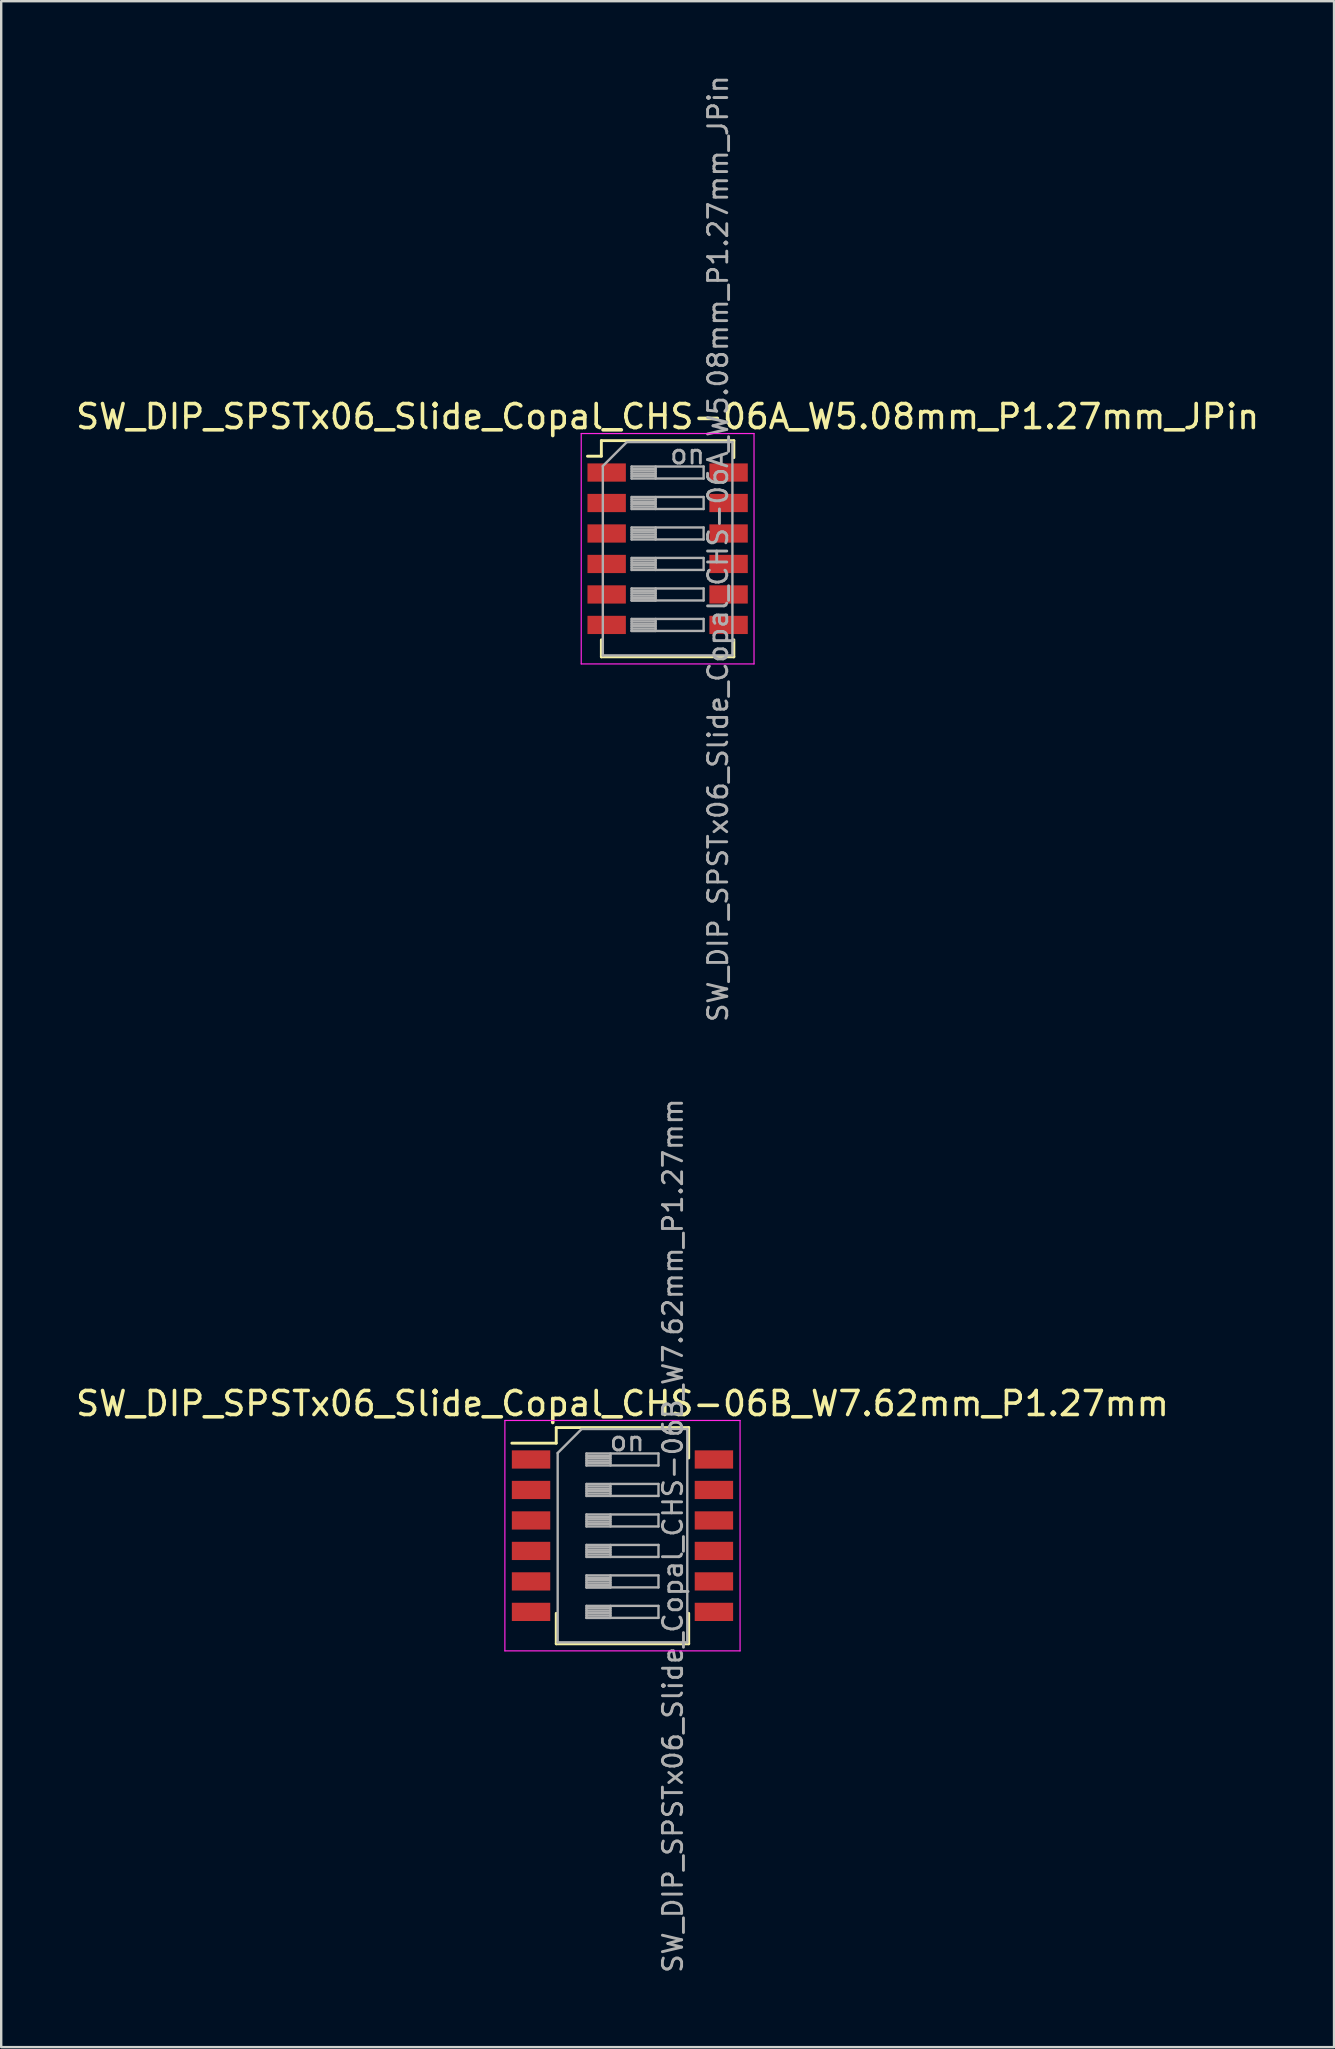
<source format=kicad_pcb>
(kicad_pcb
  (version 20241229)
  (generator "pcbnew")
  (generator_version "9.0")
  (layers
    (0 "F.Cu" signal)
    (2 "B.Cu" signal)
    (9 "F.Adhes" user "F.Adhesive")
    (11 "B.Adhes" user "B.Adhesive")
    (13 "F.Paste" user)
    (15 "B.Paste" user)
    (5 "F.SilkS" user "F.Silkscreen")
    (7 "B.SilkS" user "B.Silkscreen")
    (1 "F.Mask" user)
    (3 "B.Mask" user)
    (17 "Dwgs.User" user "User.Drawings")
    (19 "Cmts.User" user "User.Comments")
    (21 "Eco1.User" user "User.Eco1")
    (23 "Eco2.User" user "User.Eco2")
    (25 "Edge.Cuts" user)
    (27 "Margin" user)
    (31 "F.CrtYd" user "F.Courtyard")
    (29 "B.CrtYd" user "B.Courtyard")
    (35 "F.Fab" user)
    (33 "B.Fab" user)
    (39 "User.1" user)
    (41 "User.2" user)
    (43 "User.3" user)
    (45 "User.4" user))
  (footprint "SW_DIP_SPSTx06_Slide_Copal_CHS-06B_W7.62mm_P1.27mm"
    (layer "F.Cu")
    (at 22.887 60.938)
    (property "Reference" "SW_DIP_SPSTx06_Slide_Copal_CHS-06B_W7.62mm_P1.27mm" (at 0 -5.505 0) (layer "F.SilkS") (effects (font (size 1 1) (thickness 0.15))))
    (attr smd)
    (fp_line (start -4.61 -3.855) (end -2.76 -3.855) (stroke (width 0.12) (type solid)) (layer "F.SilkS"))
    (fp_line (start -2.76 -4.505) (end -2.76 -3.855) (stroke (width 0.12) (type solid)) (layer "F.SilkS"))
    (fp_line (start -2.76 -4.505) (end 2.76 -4.505) (stroke (width 0.12) (type solid)) (layer "F.SilkS"))
    (fp_line (start -2.76 3.235) (end -2.76 4.505) (stroke (width 0.12) (type solid)) (layer "F.SilkS"))
    (fp_line (start -2.76 4.505) (end 2.76 4.505) (stroke (width 0.12) (type solid)) (layer "F.SilkS"))
    (fp_line (start 2.76 -4.505) (end 2.76 -3.236) (stroke (width 0.12) (type solid)) (layer "F.SilkS"))
    (fp_line (start 2.76 3.235) (end 2.76 4.505) (stroke (width 0.12) (type solid)) (layer "F.SilkS"))
    (fp_line (start -4.9 -4.8) (end -4.9 4.8) (stroke (width 0.05) (type solid)) (layer "F.CrtYd"))
    (fp_line (start -4.9 4.8) (end 4.9 4.8) (stroke (width 0.05) (type solid)) (layer "F.CrtYd"))
    (fp_line (start 4.9 -4.8) (end -4.9 -4.8) (stroke (width 0.05) (type solid)) (layer "F.CrtYd"))
    (fp_line (start 4.9 4.8) (end 4.9 -4.8) (stroke (width 0.05) (type solid)) (layer "F.CrtYd"))
    (fp_line (start -2.7 -3.445) (end -1.7 -4.445) (stroke (width 0.1) (type solid)) (layer "F.Fab"))
    (fp_line (start -2.7 4.445) (end -2.7 -3.445) (stroke (width 0.1) (type solid)) (layer "F.Fab"))
    (fp_line (start -1.7 -4.445) (end 2.7 -4.445) (stroke (width 0.1) (type solid)) (layer "F.Fab"))
    (fp_line (start -1.5 -3.425) (end -1.5 -2.925) (stroke (width 0.1) (type solid)) (layer "F.Fab"))
    (fp_line (start -1.5 -3.325) (end -0.5 -3.325) (stroke (width 0.1) (type solid)) (layer "F.Fab"))
    (fp_line (start -1.5 -3.225) (end -0.5 -3.225) (stroke (width 0.1) (type solid)) (layer "F.Fab"))
    (fp_line (start -1.5 -3.125) (end -0.5 -3.125) (stroke (width 0.1) (type solid)) (layer "F.Fab"))
    (fp_line (start -1.5 -3.025) (end -0.5 -3.025) (stroke (width 0.1) (type solid)) (layer "F.Fab"))
    (fp_line (start -1.5 -2.925) (end 1.5 -2.925) (stroke (width 0.1) (type solid)) (layer "F.Fab"))
    (fp_line (start -1.5 -2.155) (end -1.5 -1.655) (stroke (width 0.1) (type solid)) (layer "F.Fab"))
    (fp_line (start -1.5 -2.055) (end -0.5 -2.055) (stroke (width 0.1) (type solid)) (layer "F.Fab"))
    (fp_line (start -1.5 -1.955) (end -0.5 -1.955) (stroke (width 0.1) (type solid)) (layer "F.Fab"))
    (fp_line (start -1.5 -1.855) (end -0.5 -1.855) (stroke (width 0.1) (type solid)) (layer "F.Fab"))
    (fp_line (start -1.5 -1.755) (end -0.5 -1.755) (stroke (width 0.1) (type solid)) (layer "F.Fab"))
    (fp_line (start -1.5 -1.655) (end 1.5 -1.655) (stroke (width 0.1) (type solid)) (layer "F.Fab"))
    (fp_line (start -1.5 -0.885) (end -1.5 -0.385) (stroke (width 0.1) (type solid)) (layer "F.Fab"))
    (fp_line (start -1.5 -0.785) (end -0.5 -0.785) (stroke (width 0.1) (type solid)) (layer "F.Fab"))
    (fp_line (start -1.5 -0.685) (end -0.5 -0.685) (stroke (width 0.1) (type solid)) (layer "F.Fab"))
    (fp_line (start -1.5 -0.585) (end -0.5 -0.585) (stroke (width 0.1) (type solid)) (layer "F.Fab"))
    (fp_line (start -1.5 -0.485) (end -0.5 -0.485) (stroke (width 0.1) (type solid)) (layer "F.Fab"))
    (fp_line (start -1.5 -0.385) (end 1.5 -0.385) (stroke (width 0.1) (type solid)) (layer "F.Fab"))
    (fp_line (start -1.5 0.385) (end -1.5 0.885) (stroke (width 0.1) (type solid)) (layer "F.Fab"))
    (fp_line (start -1.5 0.485) (end -0.5 0.485) (stroke (width 0.1) (type solid)) (layer "F.Fab"))
    (fp_line (start -1.5 0.585) (end -0.5 0.585) (stroke (width 0.1) (type solid)) (layer "F.Fab"))
    (fp_line (start -1.5 0.685) (end -0.5 0.685) (stroke (width 0.1) (type solid)) (layer "F.Fab"))
    (fp_line (start -1.5 0.785) (end -0.5 0.785) (stroke (width 0.1) (type solid)) (layer "F.Fab"))
    (fp_line (start -1.5 0.885) (end 1.5 0.885) (stroke (width 0.1) (type solid)) (layer "F.Fab"))
    (fp_line (start -1.5 1.655) (end -1.5 2.155) (stroke (width 0.1) (type solid)) (layer "F.Fab"))
    (fp_line (start -1.5 1.755) (end -0.5 1.755) (stroke (width 0.1) (type solid)) (layer "F.Fab"))
    (fp_line (start -1.5 1.855) (end -0.5 1.855) (stroke (width 0.1) (type solid)) (layer "F.Fab"))
    (fp_line (start -1.5 1.955) (end -0.5 1.955) (stroke (width 0.1) (type solid)) (layer "F.Fab"))
    (fp_line (start -1.5 2.055) (end -0.5 2.055) (stroke (width 0.1) (type solid)) (layer "F.Fab"))
    (fp_line (start -1.5 2.155) (end -0.5 2.155) (stroke (width 0.1) (type solid)) (layer "F.Fab"))
    (fp_line (start -1.5 2.155) (end 1.5 2.155) (stroke (width 0.1) (type solid)) (layer "F.Fab"))
    (fp_line (start -1.5 2.925) (end -1.5 3.425) (stroke (width 0.1) (type solid)) (layer "F.Fab"))
    (fp_line (start -1.5 3.025) (end -0.5 3.025) (stroke (width 0.1) (type solid)) (layer "F.Fab"))
    (fp_line (start -1.5 3.125) (end -0.5 3.125) (stroke (width 0.1) (type solid)) (layer "F.Fab"))
    (fp_line (start -1.5 3.225) (end -0.5 3.225) (stroke (width 0.1) (type solid)) (layer "F.Fab"))
    (fp_line (start -1.5 3.325) (end -0.5 3.325) (stroke (width 0.1) (type solid)) (layer "F.Fab"))
    (fp_line (start -1.5 3.425) (end -0.5 3.425) (stroke (width 0.1) (type solid)) (layer "F.Fab"))
    (fp_line (start -1.5 3.425) (end 1.5 3.425) (stroke (width 0.1) (type solid)) (layer "F.Fab"))
    (fp_line (start -0.5 -3.425) (end -0.5 -2.925) (stroke (width 0.1) (type solid)) (layer "F.Fab"))
    (fp_line (start -0.5 -2.155) (end -0.5 -1.655) (stroke (width 0.1) (type solid)) (layer "F.Fab"))
    (fp_line (start -0.5 -0.885) (end -0.5 -0.385) (stroke (width 0.1) (type solid)) (layer "F.Fab"))
    (fp_line (start -0.5 0.385) (end -0.5 0.885) (stroke (width 0.1) (type solid)) (layer "F.Fab"))
    (fp_line (start -0.5 1.655) (end -0.5 2.155) (stroke (width 0.1) (type solid)) (layer "F.Fab"))
    (fp_line (start -0.5 2.925) (end -0.5 3.425) (stroke (width 0.1) (type solid)) (layer "F.Fab"))
    (fp_line (start 1.5 -3.425) (end -1.5 -3.425) (stroke (width 0.1) (type solid)) (layer "F.Fab"))
    (fp_line (start 1.5 -2.925) (end 1.5 -3.425) (stroke (width 0.1) (type solid)) (layer "F.Fab"))
    (fp_line (start 1.5 -2.155) (end -1.5 -2.155) (stroke (width 0.1) (type solid)) (layer "F.Fab"))
    (fp_line (start 1.5 -1.655) (end 1.5 -2.155) (stroke (width 0.1) (type solid)) (layer "F.Fab"))
    (fp_line (start 1.5 -0.885) (end -1.5 -0.885) (stroke (width 0.1) (type solid)) (layer "F.Fab"))
    (fp_line (start 1.5 -0.385) (end 1.5 -0.885) (stroke (width 0.1) (type solid)) (layer "F.Fab"))
    (fp_line (start 1.5 0.385) (end -1.5 0.385) (stroke (width 0.1) (type solid)) (layer "F.Fab"))
    (fp_line (start 1.5 0.885) (end 1.5 0.385) (stroke (width 0.1) (type solid)) (layer "F.Fab"))
    (fp_line (start 1.5 1.655) (end -1.5 1.655) (stroke (width 0.1) (type solid)) (layer "F.Fab"))
    (fp_line (start 1.5 2.155) (end 1.5 1.655) (stroke (width 0.1) (type solid)) (layer "F.Fab"))
    (fp_line (start 1.5 2.925) (end -1.5 2.925) (stroke (width 0.1) (type solid)) (layer "F.Fab"))
    (fp_line (start 1.5 3.425) (end 1.5 2.925) (stroke (width 0.1) (type solid)) (layer "F.Fab"))
    (fp_line (start 2.7 -4.445) (end 2.7 4.445) (stroke (width 0.1) (type solid)) (layer "F.Fab"))
    (fp_line (start 2.7 4.445) (end -2.7 4.445) (stroke (width 0.1) (type solid)) (layer "F.Fab"))
    (fp_text user "on" (at 0.195 -3.935 0) (layer "F.Fab") (effects (font (size 0.8 0.8) (thickness 0.12))))
    (fp_text user "${REFERENCE}" (at 2.1 0 90) (layer "F.Fab") (effects (font (size 0.8 0.8) (thickness 0.12))))
    (pad "1" smd rect (at -3.81 -3.175) (size 1.6 0.76) (layers "F.Cu" "F.Mask" "F.Paste"))
    (pad "2" smd rect (at -3.81 -1.905) (size 1.6 0.76) (layers "F.Cu" "F.Mask" "F.Paste"))
    (pad "3" smd rect (at -3.81 -0.635) (size 1.6 0.76) (layers "F.Cu" "F.Mask" "F.Paste"))
    (pad "4" smd rect (at -3.81 0.635) (size 1.6 0.76) (layers "F.Cu" "F.Mask" "F.Paste"))
    (pad "5" smd rect (at -3.81 1.905) (size 1.6 0.76) (layers "F.Cu" "F.Mask" "F.Paste"))
    (pad "6" smd rect (at -3.81 3.175) (size 1.6 0.76) (layers "F.Cu" "F.Mask" "F.Paste"))
    (pad "7" smd rect (at 3.81 3.175) (size 1.6 0.76) (layers "F.Cu" "F.Mask" "F.Paste"))
    (pad "8" smd rect (at 3.81 1.905) (size 1.6 0.76) (layers "F.Cu" "F.Mask" "F.Paste"))
    (pad "9" smd rect (at 3.81 0.635) (size 1.6 0.76) (layers "F.Cu" "F.Mask" "F.Paste"))
    (pad "10" smd rect (at 3.81 -0.635) (size 1.6 0.76) (layers "F.Cu" "F.Mask" "F.Paste"))
    (pad "11" smd rect (at 3.81 -1.905) (size 1.6 0.76) (layers "F.Cu" "F.Mask" "F.Paste"))
    (pad "12" smd rect (at 3.81 -3.175) (size 1.6 0.76) (layers "F.Cu" "F.Mask" "F.Paste")))
  (footprint "SW_DIP_SPSTx06_Slide_Copal_CHS-06A_W5.08mm_P1.27mm_JPin"
    (layer "F.Cu")
    (at 24.768 19.814)
    (property "Reference" "SW_DIP_SPSTx06_Slide_Copal_CHS-06A_W5.08mm_P1.27mm_JPin" (at 0 -5.505 0) (layer "F.SilkS") (effects (font (size 1 1) (thickness 0.15))))
    (attr smd)
    (fp_line (start -3.34 -3.855) (end -2.761 -3.855) (stroke (width 0.12) (type solid)) (layer "F.SilkS"))
    (fp_line (start -2.761 -4.505) (end -2.761 -3.855) (stroke (width 0.12) (type solid)) (layer "F.SilkS"))
    (fp_line (start -2.761 -4.505) (end 2.76 -4.505) (stroke (width 0.12) (type solid)) (layer "F.SilkS"))
    (fp_line (start -2.761 3.795) (end -2.761 4.505) (stroke (width 0.12) (type solid)) (layer "F.SilkS"))
    (fp_line (start -2.761 4.505) (end 2.76 4.505) (stroke (width 0.12) (type solid)) (layer "F.SilkS"))
    (fp_line (start 2.76 -4.505) (end 2.76 -3.795) (stroke (width 0.12) (type solid)) (layer "F.SilkS"))
    (fp_line (start 2.76 3.795) (end 2.76 4.505) (stroke (width 0.12) (type solid)) (layer "F.SilkS"))
    (fp_line (start -3.6 -4.8) (end -3.6 4.8) (stroke (width 0.05) (type solid)) (layer "F.CrtYd"))
    (fp_line (start -3.6 4.8) (end 3.6 4.8) (stroke (width 0.05) (type solid)) (layer "F.CrtYd"))
    (fp_line (start 3.6 -4.8) (end -3.6 -4.8) (stroke (width 0.05) (type solid)) (layer "F.CrtYd"))
    (fp_line (start 3.6 4.8) (end 3.6 -4.8) (stroke (width 0.05) (type solid)) (layer "F.CrtYd"))
    (fp_line (start -2.7 -3.445) (end -1.7 -4.445) (stroke (width 0.1) (type solid)) (layer "F.Fab"))
    (fp_line (start -2.7 4.445) (end -2.7 -3.445) (stroke (width 0.1) (type solid)) (layer "F.Fab"))
    (fp_line (start -1.7 -4.445) (end 2.7 -4.445) (stroke (width 0.1) (type solid)) (layer "F.Fab"))
    (fp_line (start -1.5 -3.425) (end -1.5 -2.925) (stroke (width 0.1) (type solid)) (layer "F.Fab"))
    (fp_line (start -1.5 -3.325) (end -0.5 -3.325) (stroke (width 0.1) (type solid)) (layer "F.Fab"))
    (fp_line (start -1.5 -3.225) (end -0.5 -3.225) (stroke (width 0.1) (type solid)) (layer "F.Fab"))
    (fp_line (start -1.5 -3.125) (end -0.5 -3.125) (stroke (width 0.1) (type solid)) (layer "F.Fab"))
    (fp_line (start -1.5 -3.025) (end -0.5 -3.025) (stroke (width 0.1) (type solid)) (layer "F.Fab"))
    (fp_line (start -1.5 -2.925) (end 1.5 -2.925) (stroke (width 0.1) (type solid)) (layer "F.Fab"))
    (fp_line (start -1.5 -2.155) (end -1.5 -1.655) (stroke (width 0.1) (type solid)) (layer "F.Fab"))
    (fp_line (start -1.5 -2.055) (end -0.5 -2.055) (stroke (width 0.1) (type solid)) (layer "F.Fab"))
    (fp_line (start -1.5 -1.955) (end -0.5 -1.955) (stroke (width 0.1) (type solid)) (layer "F.Fab"))
    (fp_line (start -1.5 -1.855) (end -0.5 -1.855) (stroke (width 0.1) (type solid)) (layer "F.Fab"))
    (fp_line (start -1.5 -1.755) (end -0.5 -1.755) (stroke (width 0.1) (type solid)) (layer "F.Fab"))
    (fp_line (start -1.5 -1.655) (end 1.5 -1.655) (stroke (width 0.1) (type solid)) (layer "F.Fab"))
    (fp_line (start -1.5 -0.885) (end -1.5 -0.385) (stroke (width 0.1) (type solid)) (layer "F.Fab"))
    (fp_line (start -1.5 -0.785) (end -0.5 -0.785) (stroke (width 0.1) (type solid)) (layer "F.Fab"))
    (fp_line (start -1.5 -0.685) (end -0.5 -0.685) (stroke (width 0.1) (type solid)) (layer "F.Fab"))
    (fp_line (start -1.5 -0.585) (end -0.5 -0.585) (stroke (width 0.1) (type solid)) (layer "F.Fab"))
    (fp_line (start -1.5 -0.485) (end -0.5 -0.485) (stroke (width 0.1) (type solid)) (layer "F.Fab"))
    (fp_line (start -1.5 -0.385) (end 1.5 -0.385) (stroke (width 0.1) (type solid)) (layer "F.Fab"))
    (fp_line (start -1.5 0.385) (end -1.5 0.885) (stroke (width 0.1) (type solid)) (layer "F.Fab"))
    (fp_line (start -1.5 0.485) (end -0.5 0.485) (stroke (width 0.1) (type solid)) (layer "F.Fab"))
    (fp_line (start -1.5 0.585) (end -0.5 0.585) (stroke (width 0.1) (type solid)) (layer "F.Fab"))
    (fp_line (start -1.5 0.685) (end -0.5 0.685) (stroke (width 0.1) (type solid)) (layer "F.Fab"))
    (fp_line (start -1.5 0.785) (end -0.5 0.785) (stroke (width 0.1) (type solid)) (layer "F.Fab"))
    (fp_line (start -1.5 0.885) (end 1.5 0.885) (stroke (width 0.1) (type solid)) (layer "F.Fab"))
    (fp_line (start -1.5 1.655) (end -1.5 2.155) (stroke (width 0.1) (type solid)) (layer "F.Fab"))
    (fp_line (start -1.5 1.755) (end -0.5 1.755) (stroke (width 0.1) (type solid)) (layer "F.Fab"))
    (fp_line (start -1.5 1.855) (end -0.5 1.855) (stroke (width 0.1) (type solid)) (layer "F.Fab"))
    (fp_line (start -1.5 1.955) (end -0.5 1.955) (stroke (width 0.1) (type solid)) (layer "F.Fab"))
    (fp_line (start -1.5 2.055) (end -0.5 2.055) (stroke (width 0.1) (type solid)) (layer "F.Fab"))
    (fp_line (start -1.5 2.155) (end -0.5 2.155) (stroke (width 0.1) (type solid)) (layer "F.Fab"))
    (fp_line (start -1.5 2.155) (end 1.5 2.155) (stroke (width 0.1) (type solid)) (layer "F.Fab"))
    (fp_line (start -1.5 2.925) (end -1.5 3.425) (stroke (width 0.1) (type solid)) (layer "F.Fab"))
    (fp_line (start -1.5 3.025) (end -0.5 3.025) (stroke (width 0.1) (type solid)) (layer "F.Fab"))
    (fp_line (start -1.5 3.125) (end -0.5 3.125) (stroke (width 0.1) (type solid)) (layer "F.Fab"))
    (fp_line (start -1.5 3.225) (end -0.5 3.225) (stroke (width 0.1) (type solid)) (layer "F.Fab"))
    (fp_line (start -1.5 3.325) (end -0.5 3.325) (stroke (width 0.1) (type solid)) (layer "F.Fab"))
    (fp_line (start -1.5 3.425) (end -0.5 3.425) (stroke (width 0.1) (type solid)) (layer "F.Fab"))
    (fp_line (start -1.5 3.425) (end 1.5 3.425) (stroke (width 0.1) (type solid)) (layer "F.Fab"))
    (fp_line (start -0.5 -3.425) (end -0.5 -2.925) (stroke (width 0.1) (type solid)) (layer "F.Fab"))
    (fp_line (start -0.5 -2.155) (end -0.5 -1.655) (stroke (width 0.1) (type solid)) (layer "F.Fab"))
    (fp_line (start -0.5 -0.885) (end -0.5 -0.385) (stroke (width 0.1) (type solid)) (layer "F.Fab"))
    (fp_line (start -0.5 0.385) (end -0.5 0.885) (stroke (width 0.1) (type solid)) (layer "F.Fab"))
    (fp_line (start -0.5 1.655) (end -0.5 2.155) (stroke (width 0.1) (type solid)) (layer "F.Fab"))
    (fp_line (start -0.5 2.925) (end -0.5 3.425) (stroke (width 0.1) (type solid)) (layer "F.Fab"))
    (fp_line (start 1.5 -3.425) (end -1.5 -3.425) (stroke (width 0.1) (type solid)) (layer "F.Fab"))
    (fp_line (start 1.5 -2.925) (end 1.5 -3.425) (stroke (width 0.1) (type solid)) (layer "F.Fab"))
    (fp_line (start 1.5 -2.155) (end -1.5 -2.155) (stroke (width 0.1) (type solid)) (layer "F.Fab"))
    (fp_line (start 1.5 -1.655) (end 1.5 -2.155) (stroke (width 0.1) (type solid)) (layer "F.Fab"))
    (fp_line (start 1.5 -0.885) (end -1.5 -0.885) (stroke (width 0.1) (type solid)) (layer "F.Fab"))
    (fp_line (start 1.5 -0.385) (end 1.5 -0.885) (stroke (width 0.1) (type solid)) (layer "F.Fab"))
    (fp_line (start 1.5 0.385) (end -1.5 0.385) (stroke (width 0.1) (type solid)) (layer "F.Fab"))
    (fp_line (start 1.5 0.885) (end 1.5 0.385) (stroke (width 0.1) (type solid)) (layer "F.Fab"))
    (fp_line (start 1.5 1.655) (end -1.5 1.655) (stroke (width 0.1) (type solid)) (layer "F.Fab"))
    (fp_line (start 1.5 2.155) (end 1.5 1.655) (stroke (width 0.1) (type solid)) (layer "F.Fab"))
    (fp_line (start 1.5 2.925) (end -1.5 2.925) (stroke (width 0.1) (type solid)) (layer "F.Fab"))
    (fp_line (start 1.5 3.425) (end 1.5 2.925) (stroke (width 0.1) (type solid)) (layer "F.Fab"))
    (fp_line (start 2.7 -4.445) (end 2.7 4.445) (stroke (width 0.1) (type solid)) (layer "F.Fab"))
    (fp_line (start 2.7 4.445) (end -2.7 4.445) (stroke (width 0.1) (type solid)) (layer "F.Fab"))
    (fp_text user "on" (at 0.83 -3.935 0) (layer "F.Fab") (effects (font (size 0.8 0.8) (thickness 0.12))))
    (fp_text user "${REFERENCE}" (at 2.1 0 90) (layer "F.Fab") (effects (font (size 0.8 0.8) (thickness 0.12))))
    (pad "1" smd rect (at -2.54 -3.175) (size 1.6 0.76) (layers "F.Cu" "F.Mask" "F.Paste"))
    (pad "2" smd rect (at -2.54 -1.905) (size 1.6 0.76) (layers "F.Cu" "F.Mask" "F.Paste"))
    (pad "3" smd rect (at -2.54 -0.635) (size 1.6 0.76) (layers "F.Cu" "F.Mask" "F.Paste"))
    (pad "4" smd rect (at -2.54 0.635) (size 1.6 0.76) (layers "F.Cu" "F.Mask" "F.Paste"))
    (pad "5" smd rect (at -2.54 1.905) (size 1.6 0.76) (layers "F.Cu" "F.Mask" "F.Paste"))
    (pad "6" smd rect (at -2.54 3.175) (size 1.6 0.76) (layers "F.Cu" "F.Mask" "F.Paste"))
    (pad "7" smd rect (at 2.54 3.175) (size 1.6 0.76) (layers "F.Cu" "F.Mask" "F.Paste"))
    (pad "8" smd rect (at 2.54 1.905) (size 1.6 0.76) (layers "F.Cu" "F.Mask" "F.Paste"))
    (pad "9" smd rect (at 2.54 0.635) (size 1.6 0.76) (layers "F.Cu" "F.Mask" "F.Paste"))
    (pad "10" smd rect (at 2.54 -0.635) (size 1.6 0.76) (layers "F.Cu" "F.Mask" "F.Paste"))
    (pad "11" smd rect (at 2.54 -1.905) (size 1.6 0.76) (layers "F.Cu" "F.Mask" "F.Paste"))
    (pad "12" smd rect (at 2.54 -3.175) (size 1.6 0.76) (layers "F.Cu" "F.Mask" "F.Paste")))
  (gr_rect
    (start -3 -3)
    (end 52.536 82.248)
    (stroke (width 0.1) (type default))
    (fill no)
    (layer "Edge.Cuts")))
</source>
